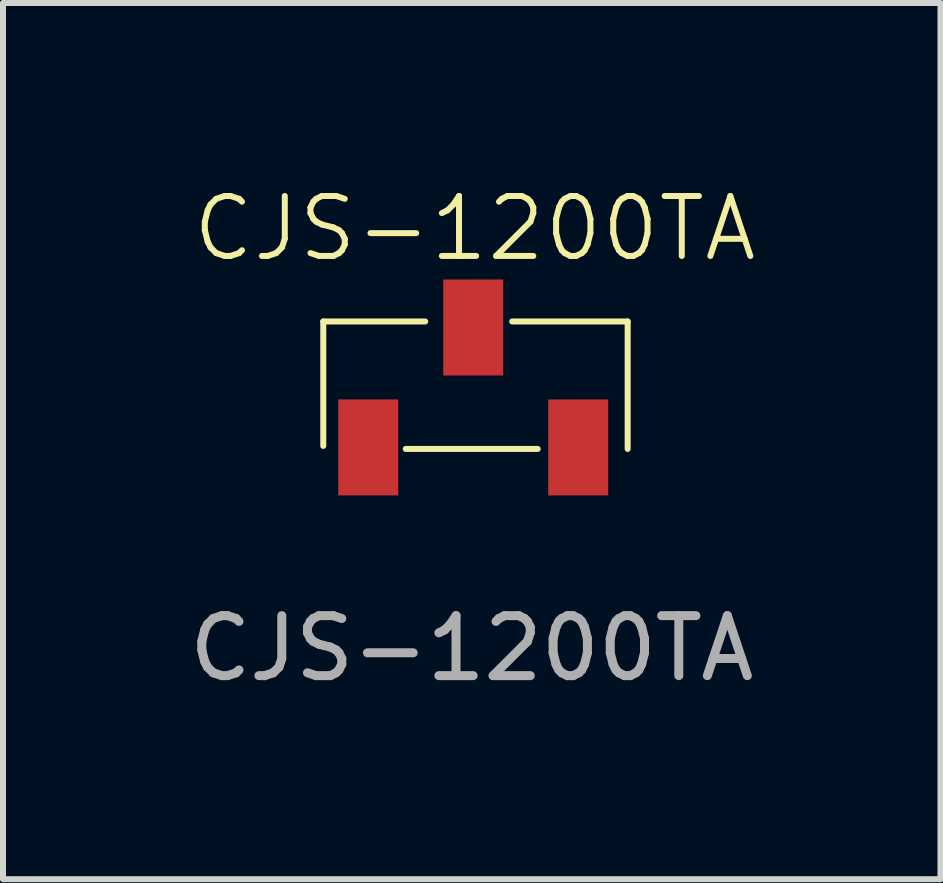
<source format=kicad_pcb>
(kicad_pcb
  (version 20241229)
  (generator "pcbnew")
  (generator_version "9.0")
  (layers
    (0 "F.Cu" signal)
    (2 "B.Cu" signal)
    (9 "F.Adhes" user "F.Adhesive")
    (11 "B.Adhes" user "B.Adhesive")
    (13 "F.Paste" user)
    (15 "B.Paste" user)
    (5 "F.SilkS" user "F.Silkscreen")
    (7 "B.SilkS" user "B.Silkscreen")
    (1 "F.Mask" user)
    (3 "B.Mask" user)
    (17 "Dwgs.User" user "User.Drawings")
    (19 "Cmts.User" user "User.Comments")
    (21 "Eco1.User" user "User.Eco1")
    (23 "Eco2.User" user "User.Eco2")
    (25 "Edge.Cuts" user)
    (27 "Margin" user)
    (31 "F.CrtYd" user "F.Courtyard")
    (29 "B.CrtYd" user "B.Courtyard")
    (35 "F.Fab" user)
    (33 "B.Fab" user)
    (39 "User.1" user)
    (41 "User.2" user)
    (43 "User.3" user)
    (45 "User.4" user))
  (footprint "CJS-1200TA"
    (layer "F.Cu")
    (at 4.84 3.41)
    (property "Reference" "CJS-1200TA" (at 0.025 -2.65 0) (unlocked yes) (layer "F.SilkS") (effects (font (size 1 1) (thickness 0.1))))
    (attr smd)
    (fp_line (start -2.5 -1.1) (end -2.5 0.975) (stroke (width 0.1) (type default)) (layer "F.SilkS"))
    (fp_line (start -1.125 1.025) (end 1.075 1.025) (stroke (width 0.1) (type default)) (layer "F.SilkS"))
    (fp_line (start -0.8 -1.1) (end -2.5 -1.1) (stroke (width 0.1) (type default)) (layer "F.SilkS"))
    (fp_line (start 0.65 -1.1) (end 2.575 -1.1) (stroke (width 0.1) (type default)) (layer "F.SilkS"))
    (fp_line (start 2.575 -1.1) (end 2.575 1.025) (stroke (width 0.1) (type default)) (layer "F.SilkS"))
    (fp_line (start -2.5 -1.125) (end 2.55 -1.125) (stroke (width 0.1) (type default)) (layer "Margin"))
    (fp_line (start -2.5 1) (end -2.5 -1.125) (stroke (width 0.1) (type default)) (layer "Margin"))
    (fp_line (start 2.525 1.025) (end -2.5 1) (stroke (width 0.1) (type default)) (layer "Margin"))
    (fp_line (start 2.55 -1.125) (end 2.525 1.025) (stroke (width 0.1) (type default)) (layer "Margin"))
    (fp_text user "${REFERENCE}" (at -0.025 4.35 0) (unlocked yes) (layer "F.Fab") (effects (font (size 1 1) (thickness 0.15))))
    (pad "1" smd rect (at -1.75 1) (size 1 1.6) (layers "F.Cu" "F.Mask" "F.Paste"))
    (pad "2" smd rect (at 0 -1) (size 1 1.6) (layers "F.Cu" "F.Mask" "F.Paste"))
    (pad "3" smd rect (at 1.75 1) (size 1 1.6) (layers "F.Cu" "F.Mask" "F.Paste")))
  (gr_rect
    (start -3 -3)
    (end 12.631 11.609)
    (stroke (width 0.1) (type default))
    (fill no)
    (layer "Edge.Cuts")))
</source>
